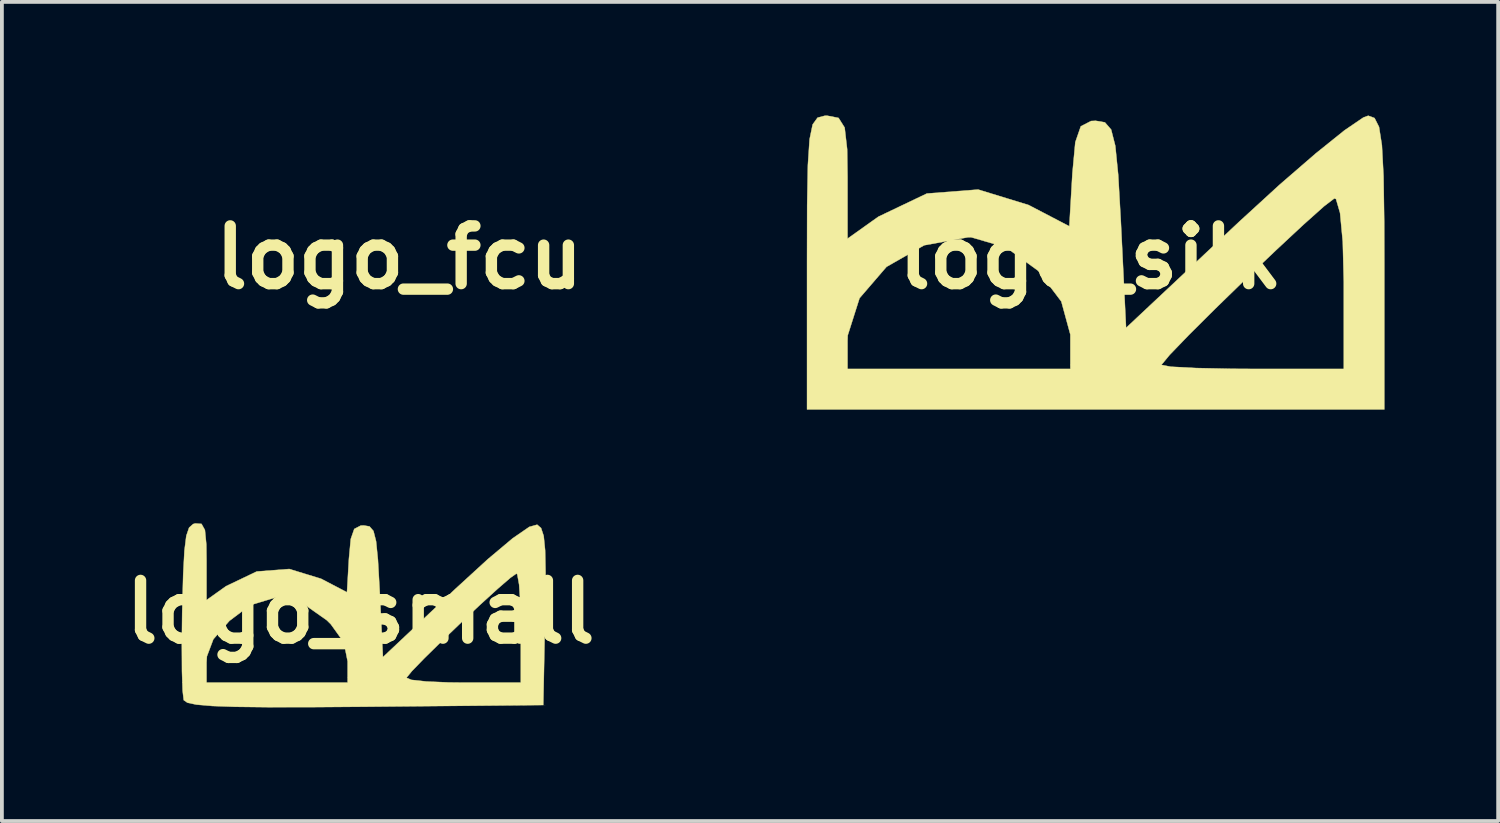
<source format=kicad_pcb>
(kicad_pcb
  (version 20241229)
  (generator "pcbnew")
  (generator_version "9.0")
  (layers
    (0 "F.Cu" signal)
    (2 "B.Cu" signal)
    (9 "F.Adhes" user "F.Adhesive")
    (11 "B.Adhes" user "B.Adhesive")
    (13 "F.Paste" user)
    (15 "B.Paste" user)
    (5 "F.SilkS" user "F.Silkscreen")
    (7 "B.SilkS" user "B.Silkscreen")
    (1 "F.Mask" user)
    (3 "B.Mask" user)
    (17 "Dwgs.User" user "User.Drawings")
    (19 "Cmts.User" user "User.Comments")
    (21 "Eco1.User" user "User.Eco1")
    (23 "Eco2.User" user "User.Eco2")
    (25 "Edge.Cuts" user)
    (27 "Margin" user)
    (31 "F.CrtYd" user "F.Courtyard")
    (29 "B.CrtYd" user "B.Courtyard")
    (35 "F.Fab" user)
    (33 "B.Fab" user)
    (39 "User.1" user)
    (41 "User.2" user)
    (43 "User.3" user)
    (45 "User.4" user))
  (footprint "logo_small"
    (layer "F.Cu")
    (at 6.466 13.107)
    (property "Reference" "logo_small" (at 0 0 0) (layer "F.SilkS") (effects (font (size 1.524 1.524) (thickness 0.3))))
    (attr through_hole)
    (fp_poly (pts (xy -4.196 -2.327) (xy -4.106 -2.165) (xy -4.069 -1.782) (xy -4.064 -1.356) (xy -4.064 -0.316) (xy -3.548 -0.683) (xy -2.738 -1.07) (xy -1.88 -1.136) (xy -1.037 -0.878) (xy -1.033 -0.875) (xy -0.356 -0.522) (xy -0.305 -1.404) (xy -0.256 -1.928) (xy -0.164 -2.193) (xy 0.007 -2.282) (xy 0.085 -2.286) (xy 0.239 -2.26) (xy 0.343 -2.14) (xy 0.412 -1.868) (xy 0.461 -1.382) (xy 0.504 -0.622) (xy 0.508 -0.548) (xy 0.593 1.19) (xy 2.501 -0.607) (xy 3.364 -1.397) (xy 4.018 -1.946) (xy 4.457 -2.248) (xy 4.665 -2.306) (xy 4.768 -2.217) (xy 4.837 -2.008) (xy 4.875 -1.628) (xy 4.887 -1.027) (xy 4.878 -0.151) (xy 4.873 0.124) (xy 4.826 2.455) (xy 0.123 2.5) (xy -1.314 2.511) (xy -2.444 2.512) (xy -3.302 2.502) (xy -3.92 2.48) (xy -4.331 2.444) (xy -4.568 2.394) (xy -4.664 2.327) (xy -4.666 2.322) (xy -4.695 2.076) (xy -4.712 1.563) (xy -4.713 1.332) (xy -4.064 1.332) (xy -4.064 1.863) (xy -0.339 1.863) (xy -0.339 1.736) (xy 1.214 1.736) (xy 1.344 1.791) (xy 1.742 1.834) (xy 2.336 1.859) (xy 2.695 1.863) (xy 4.233 1.863) (xy 4.233 0.423) (xy 4.221 -0.227) (xy 4.188 -0.725) (xy 4.14 -0.991) (xy 4.118 -1.016) (xy 3.961 -0.906) (xy 3.624 -0.615) (xy 3.168 -0.2) (xy 2.653 0.283) (xy 2.14 0.775) (xy 1.688 1.219) (xy 1.359 1.558) (xy 1.214 1.736) (xy -0.339 1.736) (xy -0.339 1.303) (xy -0.44 0.799) (xy -0.783 0.322) (xy -0.889 0.217) (xy -1.558 -0.254) (xy -2.23 -0.387) (xy -2.907 -0.182) (xy -3.459 0.232) (xy -3.883 0.717) (xy -4.054 1.17) (xy -4.064 1.332) (xy -4.713 1.332) (xy -4.716 0.855) (xy -4.707 0.024) (xy -4.704 -0.092) (xy -4.68 -0.998) (xy -4.647 -1.62) (xy -4.598 -2.012) (xy -4.524 -2.228) (xy -4.418 -2.322) (xy -4.36 -2.339) (xy -4.196 -2.327)) (stroke (width 0.01) (type solid)) (fill yes) (layer "F.SilkS")))
  (footprint "logo_silk"
    (layer "F.Cu")
    (at 25.741 3.748)
    (property "Reference" "logo_silk" (at 0 0 0) (layer "F.SilkS") (effects (font (size 1.524 1.524) (thickness 0.3))))
    (attr through_hole)
    (fp_poly (pts (xy 7.496 -3.682) (xy 7.614 -3.448) (xy 7.69 -2.963) (xy 7.733 -2.15) (xy 7.751 -0.93) (xy 7.754 0.134) (xy 7.754 4.011) (xy -7.486 4.011) (xy -7.486 2.198) (xy -6.417 2.198) (xy -6.417 2.941) (xy -0.535 2.941) (xy -0.535 2.837) (xy 1.872 2.837) (xy 2.119 2.883) (xy 2.782 2.918) (xy 3.741 2.938) (xy 4.278 2.941) (xy 6.684 2.941) (xy 6.684 0.646) (xy 6.657 -0.413) (xy 6.585 -1.177) (xy 6.478 -1.544) (xy 6.434 -1.56) (xy 6.164 -1.354) (xy 5.621 -0.869) (xy 4.898 -0.196) (xy 4.089 0.575) (xy 3.288 1.354) (xy 2.589 2.05) (xy 2.086 2.572) (xy 1.873 2.83) (xy 1.872 2.837) (xy -0.535 2.837) (xy -0.535 2.033) (xy -0.773 1.161) (xy -1.389 0.347) (xy -2.23 -0.265) (xy -3.146 -0.533) (xy -3.231 -0.535) (xy -4.393 -0.323) (xy -5.388 0.246) (xy -6.1 1.073) (xy -6.412 2.056) (xy -6.417 2.198) (xy -7.486 2.198) (xy -7.486 0.134) (xy -7.483 -1.378) (xy -7.464 -2.435) (xy -7.419 -3.12) (xy -7.338 -3.512) (xy -7.208 -3.692) (xy -7.018 -3.742) (xy -6.952 -3.743) (xy -6.654 -3.685) (xy -6.493 -3.43) (xy -6.427 -2.857) (xy -6.417 -2.121) (xy -6.417 -0.498) (xy -5.602 -1.078) (xy -4.323 -1.689) (xy -2.969 -1.794) (xy -1.638 -1.386) (xy -1.63 -1.382) (xy -0.562 -0.825) (xy -0.481 -2.217) (xy -0.404 -3.044) (xy -0.259 -3.463) (xy 0.012 -3.603) (xy 0.134 -3.609) (xy 0.377 -3.568) (xy 0.542 -3.378) (xy 0.652 -2.947) (xy 0.729 -2.177) (xy 0.797 -0.975) (xy 0.802 -0.876) (xy 0.936 1.857) (xy 3.92 -0.943) (xy 4.983 -1.916) (xy 5.937 -2.742) (xy 6.702 -3.357) (xy 7.202 -3.697) (xy 7.329 -3.743) (xy 7.496 -3.682)) (stroke (width 0.01) (type solid)) (fill yes) (layer "F.SilkS")))
  (footprint "logo_fcu"
    (layer "F.Cu")
    (at 7.491 3.748)
    (property "Reference" "logo_fcu" (at 0 0 0) (layer "F.SilkS") (effects (font (size 1.524 1.524) (thickness 0.3))))
    (attr through_hole)
    (fp_poly (pts (xy 7.496 -3.682) (xy 7.614 -3.448) (xy 7.69 -2.963) (xy 7.733 -2.15) (xy 7.751 -0.93) (xy 7.754 0.134) (xy 7.754 4.011) (xy -7.486 4.011) (xy -7.486 2.198) (xy -6.417 2.198) (xy -6.417 2.941) (xy -0.535 2.941) (xy -0.535 2.837) (xy 1.872 2.837) (xy 2.119 2.883) (xy 2.782 2.918) (xy 3.741 2.938) (xy 4.278 2.941) (xy 6.684 2.941) (xy 6.684 0.646) (xy 6.657 -0.413) (xy 6.585 -1.177) (xy 6.478 -1.544) (xy 6.434 -1.56) (xy 6.164 -1.354) (xy 5.621 -0.869) (xy 4.898 -0.196) (xy 4.089 0.575) (xy 3.288 1.354) (xy 2.589 2.05) (xy 2.086 2.572) (xy 1.873 2.83) (xy 1.872 2.837) (xy -0.535 2.837) (xy -0.535 2.033) (xy -0.773 1.161) (xy -1.389 0.347) (xy -2.23 -0.265) (xy -3.146 -0.533) (xy -3.231 -0.535) (xy -4.393 -0.323) (xy -5.388 0.246) (xy -6.1 1.073) (xy -6.412 2.056) (xy -6.417 2.198) (xy -7.486 2.198) (xy -7.486 0.134) (xy -7.483 -1.378) (xy -7.464 -2.435) (xy -7.419 -3.12) (xy -7.338 -3.512) (xy -7.208 -3.692) (xy -7.018 -3.742) (xy -6.952 -3.743) (xy -6.654 -3.685) (xy -6.493 -3.43) (xy -6.427 -2.857) (xy -6.417 -2.121) (xy -6.417 -0.498) (xy -5.602 -1.078) (xy -4.323 -1.689) (xy -2.969 -1.794) (xy -1.638 -1.386) (xy -1.63 -1.382) (xy -0.562 -0.825) (xy -0.481 -2.217) (xy -0.404 -3.044) (xy -0.259 -3.463) (xy 0.012 -3.603) (xy 0.134 -3.609) (xy 0.377 -3.568) (xy 0.542 -3.378) (xy 0.652 -2.947) (xy 0.729 -2.177) (xy 0.797 -0.975) (xy 0.802 -0.876) (xy 0.936 1.857) (xy 3.92 -0.943) (xy 4.983 -1.916) (xy 5.937 -2.742) (xy 6.702 -3.357) (xy 7.202 -3.697) (xy 7.329 -3.743) (xy 7.496 -3.682)) (stroke (width 0.01) (type solid)) (fill yes) (layer "F.Mask")))
  (gr_rect
    (start -3 -3)
    (end 36.5 18.625)
    (stroke (width 0.1) (type default))
    (fill no)
    (layer "Edge.Cuts")))
</source>
